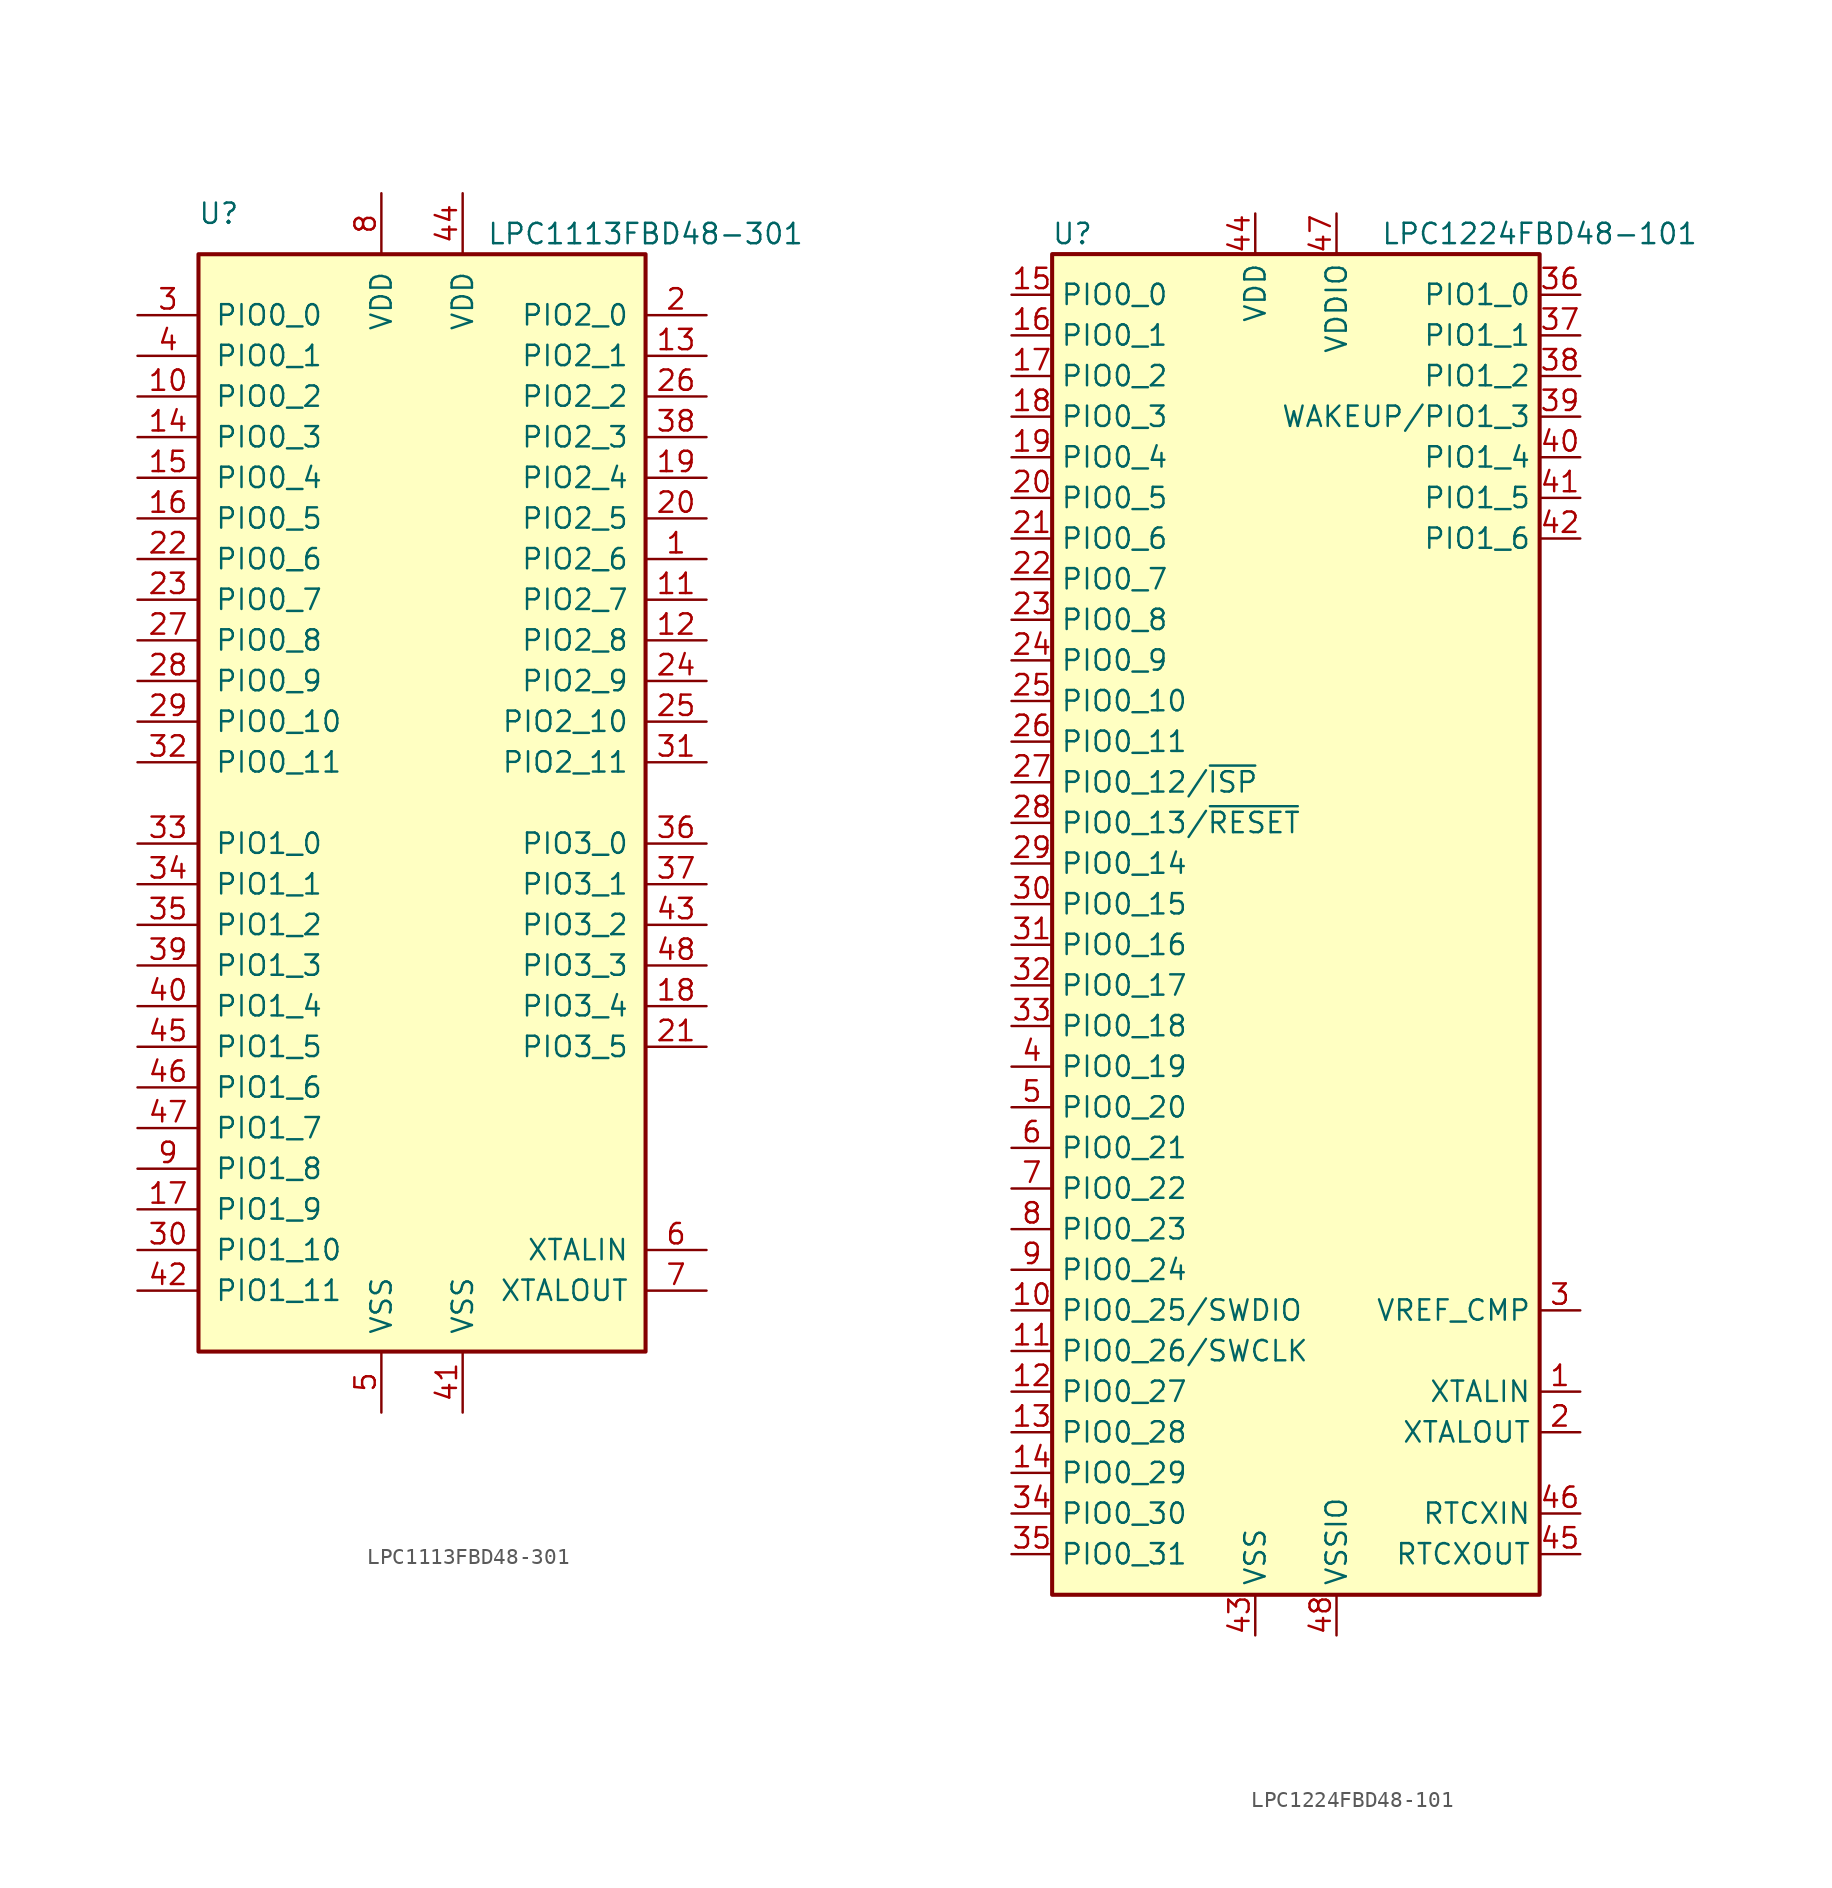
<source format=kicad_sym>
(kicad_symbol_lib
  (version 20201005)
  (generator kicad_symbol_editor)
  (symbol "LPC1113FBD48-301"
    (pin_names
      (offset 1.016))
    (property "Reference" "U"
      (at -12.7 36.83 0)
      (effects (font (size 1.27 1.27))))
    (property "Value" "LPC1113FBD48-301"
      (at 13.97 35.56 0)
      (effects (font (size 1.27 1.27))))
    (symbol "LPC1113FBD48-301_0_1"
      (rectangle (start -13.97 34.29) (end 13.97 -34.29) (stroke (width 0.254)) (fill (type background))))
    (symbol "LPC1113FBD48-301_1_1"
      (pin bidirectional line (at 17.78 15.24 180) (length 3.81) (name "PIO2_6" (effects (font (size 1.27 1.27)))) (number "1" (effects (font (size 1.27 1.27)))))
      (pin bidirectional line (at -17.78 25.4 0) (length 3.81) (name "PIO0_2" (effects (font (size 1.27 1.27)))) (number "10" (effects (font (size 1.27 1.27)))))
      (pin bidirectional line (at 17.78 12.7 180) (length 3.81) (name "PIO2_7" (effects (font (size 1.27 1.27)))) (number "11" (effects (font (size 1.27 1.27)))))
      (pin bidirectional line (at 17.78 10.16 180) (length 3.81) (name "PIO2_8" (effects (font (size 1.27 1.27)))) (number "12" (effects (font (size 1.27 1.27)))))
      (pin bidirectional line (at 17.78 27.94 180) (length 3.81) (name "PIO2_1" (effects (font (size 1.27 1.27)))) (number "13" (effects (font (size 1.27 1.27)))))
      (pin bidirectional line (at -17.78 22.86 0) (length 3.81) (name "PIO0_3" (effects (font (size 1.27 1.27)))) (number "14" (effects (font (size 1.27 1.27)))))
      (pin bidirectional line (at -17.78 20.32 0) (length 3.81) (name "PIO0_4" (effects (font (size 1.27 1.27)))) (number "15" (effects (font (size 1.27 1.27)))))
      (pin bidirectional line (at -17.78 17.78 0) (length 3.81) (name "PIO0_5" (effects (font (size 1.27 1.27)))) (number "16" (effects (font (size 1.27 1.27)))))
      (pin bidirectional line (at -17.78 -25.4 0) (length 3.81) (name "PIO1_9" (effects (font (size 1.27 1.27)))) (number "17" (effects (font (size 1.27 1.27)))))
      (pin bidirectional line (at 17.78 -12.7 180) (length 3.81) (name "PIO3_4" (effects (font (size 1.27 1.27)))) (number "18" (effects (font (size 1.27 1.27)))))
      (pin bidirectional line (at 17.78 20.32 180) (length 3.81) (name "PIO2_4" (effects (font (size 1.27 1.27)))) (number "19" (effects (font (size 1.27 1.27)))))
      (pin bidirectional line (at 17.78 30.48 180) (length 3.81) (name "PIO2_0" (effects (font (size 1.27 1.27)))) (number "2" (effects (font (size 1.27 1.27)))))
      (pin bidirectional line (at 17.78 17.78 180) (length 3.81) (name "PIO2_5" (effects (font (size 1.27 1.27)))) (number "20" (effects (font (size 1.27 1.27)))))
      (pin bidirectional line (at 17.78 -15.24 180) (length 3.81) (name "PIO3_5" (effects (font (size 1.27 1.27)))) (number "21" (effects (font (size 1.27 1.27)))))
      (pin bidirectional line (at -17.78 15.24 0) (length 3.81) (name "PIO0_6" (effects (font (size 1.27 1.27)))) (number "22" (effects (font (size 1.27 1.27)))))
      (pin bidirectional line (at -17.78 12.7 0) (length 3.81) (name "PIO0_7" (effects (font (size 1.27 1.27)))) (number "23" (effects (font (size 1.27 1.27)))))
      (pin bidirectional line (at 17.78 7.62 180) (length 3.81) (name "PIO2_9" (effects (font (size 1.27 1.27)))) (number "24" (effects (font (size 1.27 1.27)))))
      (pin bidirectional line (at 17.78 5.08 180) (length 3.81) (name "PIO2_10" (effects (font (size 1.27 1.27)))) (number "25" (effects (font (size 1.27 1.27)))))
      (pin bidirectional line (at 17.78 25.4 180) (length 3.81) (name "PIO2_2" (effects (font (size 1.27 1.27)))) (number "26" (effects (font (size 1.27 1.27)))))
      (pin bidirectional line (at -17.78 10.16 0) (length 3.81) (name "PIO0_8" (effects (font (size 1.27 1.27)))) (number "27" (effects (font (size 1.27 1.27)))))
      (pin bidirectional line (at -17.78 7.62 0) (length 3.81) (name "PIO0_9" (effects (font (size 1.27 1.27)))) (number "28" (effects (font (size 1.27 1.27)))))
      (pin bidirectional line (at -17.78 5.08 0) (length 3.81) (name "PIO0_10" (effects (font (size 1.27 1.27)))) (number "29" (effects (font (size 1.27 1.27)))))
      (pin bidirectional line (at -17.78 30.48 0) (length 3.81) (name "PIO0_0" (effects (font (size 1.27 1.27)))) (number "3" (effects (font (size 1.27 1.27)))))
      (pin bidirectional line (at -17.78 -27.94 0) (length 3.81) (name "PIO1_10" (effects (font (size 1.27 1.27)))) (number "30" (effects (font (size 1.27 1.27)))))
      (pin bidirectional line (at 17.78 2.54 180) (length 3.81) (name "PIO2_11" (effects (font (size 1.27 1.27)))) (number "31" (effects (font (size 1.27 1.27)))))
      (pin bidirectional line (at -17.78 2.54 0) (length 3.81) (name "PIO0_11" (effects (font (size 1.27 1.27)))) (number "32" (effects (font (size 1.27 1.27)))))
      (pin bidirectional line (at -17.78 -2.54 0) (length 3.81) (name "PIO1_0" (effects (font (size 1.27 1.27)))) (number "33" (effects (font (size 1.27 1.27)))))
      (pin bidirectional line (at -17.78 -5.08 0) (length 3.81) (name "PIO1_1" (effects (font (size 1.27 1.27)))) (number "34" (effects (font (size 1.27 1.27)))))
      (pin bidirectional line (at -17.78 -7.62 0) (length 3.81) (name "PIO1_2" (effects (font (size 1.27 1.27)))) (number "35" (effects (font (size 1.27 1.27)))))
      (pin bidirectional line (at 17.78 -2.54 180) (length 3.81) (name "PIO3_0" (effects (font (size 1.27 1.27)))) (number "36" (effects (font (size 1.27 1.27)))))
      (pin bidirectional line (at 17.78 -5.08 180) (length 3.81) (name "PIO3_1" (effects (font (size 1.27 1.27)))) (number "37" (effects (font (size 1.27 1.27)))))
      (pin bidirectional line (at 17.78 22.86 180) (length 3.81) (name "PIO2_3" (effects (font (size 1.27 1.27)))) (number "38" (effects (font (size 1.27 1.27)))))
      (pin bidirectional line (at -17.78 -10.16 0) (length 3.81) (name "PIO1_3" (effects (font (size 1.27 1.27)))) (number "39" (effects (font (size 1.27 1.27)))))
      (pin bidirectional line (at -17.78 27.94 0) (length 3.81) (name "PIO0_1" (effects (font (size 1.27 1.27)))) (number "4" (effects (font (size 1.27 1.27)))))
      (pin bidirectional line (at -17.78 -12.7 0) (length 3.81) (name "PIO1_4" (effects (font (size 1.27 1.27)))) (number "40" (effects (font (size 1.27 1.27)))))
      (pin power_in line (at 2.54 -38.1 90) (length 3.81) (name "VSS" (effects (font (size 1.27 1.27)))) (number "41" (effects (font (size 1.27 1.27)))))
      (pin bidirectional line (at -17.78 -30.48 0) (length 3.81) (name "PIO1_11" (effects (font (size 1.27 1.27)))) (number "42" (effects (font (size 1.27 1.27)))))
      (pin bidirectional line (at 17.78 -7.62 180) (length 3.81) (name "PIO3_2" (effects (font (size 1.27 1.27)))) (number "43" (effects (font (size 1.27 1.27)))))
      (pin power_in line (at 2.54 38.1 270) (length 3.81) (name "VDD" (effects (font (size 1.27 1.27)))) (number "44" (effects (font (size 1.27 1.27)))))
      (pin bidirectional line (at -17.78 -15.24 0) (length 3.81) (name "PIO1_5" (effects (font (size 1.27 1.27)))) (number "45" (effects (font (size 1.27 1.27)))))
      (pin bidirectional line (at -17.78 -17.78 0) (length 3.81) (name "PIO1_6" (effects (font (size 1.27 1.27)))) (number "46" (effects (font (size 1.27 1.27)))))
      (pin bidirectional line (at -17.78 -20.32 0) (length 3.81) (name "PIO1_7" (effects (font (size 1.27 1.27)))) (number "47" (effects (font (size 1.27 1.27)))))
      (pin bidirectional line (at 17.78 -10.16 180) (length 3.81) (name "PIO3_3" (effects (font (size 1.27 1.27)))) (number "48" (effects (font (size 1.27 1.27)))))
      (pin power_in line (at -2.54 -38.1 90) (length 3.81) (name "VSS" (effects (font (size 1.27 1.27)))) (number "5" (effects (font (size 1.27 1.27)))))
      (pin input line (at 17.78 -27.94 180) (length 3.81) (name "XTALIN" (effects (font (size 1.27 1.27)))) (number "6" (effects (font (size 1.27 1.27)))))
      (pin output line (at 17.78 -30.48 180) (length 3.81) (name "XTALOUT" (effects (font (size 1.27 1.27)))) (number "7" (effects (font (size 1.27 1.27)))))
      (pin power_in line (at -2.54 38.1 270) (length 3.81) (name "VDD" (effects (font (size 1.27 1.27)))) (number "8" (effects (font (size 1.27 1.27)))))
      (pin bidirectional line (at -17.78 -22.86 0) (length 3.81) (name "PIO1_8" (effects (font (size 1.27 1.27)))) (number "9" (effects (font (size 1.27 1.27)))))))
  (symbol "LPC1224FBD48-101"
    (property "Reference" "U"
      (at -13.97 44.45 0)
      (effects (font (size 1.27 1.27))))
    (property "Value" "LPC1224FBD48-101"
      (at 15.24 44.45 0)
      (effects (font (size 1.27 1.27))))
    (symbol "LPC1224FBD48-101_0_1"
      (rectangle (start -15.24 43.18) (end 15.24 -40.64) (stroke (width 0.254)) (fill (type background))))
    (symbol "LPC1224FBD48-101_1_1"
      (pin input line (at 17.78 -27.94 180) (length 2.54) (name "XTALIN" (effects (font (size 1.27 1.27)))) (number "1" (effects (font (size 1.27 1.27)))))
      (pin bidirectional line (at -17.78 -22.86 0) (length 2.54) (name "PIO0_25/SWDIO" (effects (font (size 1.27 1.27)))) (number "10" (effects (font (size 1.27 1.27)))))
      (pin bidirectional line (at -17.78 -25.4 0) (length 2.54) (name "PIO0_26/SWCLK" (effects (font (size 1.27 1.27)))) (number "11" (effects (font (size 1.27 1.27)))))
      (pin bidirectional line (at -17.78 -27.94 0) (length 2.54) (name "PIO0_27" (effects (font (size 1.27 1.27)))) (number "12" (effects (font (size 1.27 1.27)))))
      (pin bidirectional line (at -17.78 -30.48 0) (length 2.54) (name "PIO0_28" (effects (font (size 1.27 1.27)))) (number "13" (effects (font (size 1.27 1.27)))))
      (pin bidirectional line (at -17.78 -33.02 0) (length 2.54) (name "PIO0_29" (effects (font (size 1.27 1.27)))) (number "14" (effects (font (size 1.27 1.27)))))
      (pin bidirectional line (at -17.78 40.64 0) (length 2.54) (name "PIO0_0" (effects (font (size 1.27 1.27)))) (number "15" (effects (font (size 1.27 1.27)))))
      (pin bidirectional line (at -17.78 38.1 0) (length 2.54) (name "PIO0_1" (effects (font (size 1.27 1.27)))) (number "16" (effects (font (size 1.27 1.27)))))
      (pin bidirectional line (at -17.78 35.56 0) (length 2.54) (name "PIO0_2" (effects (font (size 1.27 1.27)))) (number "17" (effects (font (size 1.27 1.27)))))
      (pin bidirectional line (at -17.78 33.02 0) (length 2.54) (name "PIO0_3" (effects (font (size 1.27 1.27)))) (number "18" (effects (font (size 1.27 1.27)))))
      (pin bidirectional line (at -17.78 30.48 0) (length 2.54) (name "PIO0_4" (effects (font (size 1.27 1.27)))) (number "19" (effects (font (size 1.27 1.27)))))
      (pin output line (at 17.78 -30.48 180) (length 2.54) (name "XTALOUT" (effects (font (size 1.27 1.27)))) (number "2" (effects (font (size 1.27 1.27)))))
      (pin bidirectional line (at -17.78 27.94 0) (length 2.54) (name "PIO0_5" (effects (font (size 1.27 1.27)))) (number "20" (effects (font (size 1.27 1.27)))))
      (pin bidirectional line (at -17.78 25.4 0) (length 2.54) (name "PIO0_6" (effects (font (size 1.27 1.27)))) (number "21" (effects (font (size 1.27 1.27)))))
      (pin bidirectional line (at -17.78 22.86 0) (length 2.54) (name "PIO0_7" (effects (font (size 1.27 1.27)))) (number "22" (effects (font (size 1.27 1.27)))))
      (pin bidirectional line (at -17.78 20.32 0) (length 2.54) (name "PIO0_8" (effects (font (size 1.27 1.27)))) (number "23" (effects (font (size 1.27 1.27)))))
      (pin bidirectional line (at -17.78 17.78 0) (length 2.54) (name "PIO0_9" (effects (font (size 1.27 1.27)))) (number "24" (effects (font (size 1.27 1.27)))))
      (pin bidirectional line (at -17.78 15.24 0) (length 2.54) (name "PIO0_10" (effects (font (size 1.27 1.27)))) (number "25" (effects (font (size 1.27 1.27)))))
      (pin bidirectional line (at -17.78 12.7 0) (length 2.54) (name "PIO0_11" (effects (font (size 1.27 1.27)))) (number "26" (effects (font (size 1.27 1.27)))))
      (pin bidirectional line (at -17.78 10.16 0) (length 2.54) (name "PIO0_12/~ISP" (effects (font (size 1.27 1.27)))) (number "27" (effects (font (size 1.27 1.27)))))
      (pin bidirectional line (at -17.78 7.62 0) (length 2.54) (name "PIO0_13/~RESET" (effects (font (size 1.27 1.27)))) (number "28" (effects (font (size 1.27 1.27)))))
      (pin bidirectional line (at -17.78 5.08 0) (length 2.54) (name "PIO0_14" (effects (font (size 1.27 1.27)))) (number "29" (effects (font (size 1.27 1.27)))))
      (pin input line (at 17.78 -22.86 180) (length 2.54) (name "VREF_CMP" (effects (font (size 1.27 1.27)))) (number "3" (effects (font (size 1.27 1.27)))))
      (pin bidirectional line (at -17.78 2.54 0) (length 2.54) (name "PIO0_15" (effects (font (size 1.27 1.27)))) (number "30" (effects (font (size 1.27 1.27)))))
      (pin bidirectional line (at -17.78 0 0) (length 2.54) (name "PIO0_16" (effects (font (size 1.27 1.27)))) (number "31" (effects (font (size 1.27 1.27)))))
      (pin bidirectional line (at -17.78 -2.54 0) (length 2.54) (name "PIO0_17" (effects (font (size 1.27 1.27)))) (number "32" (effects (font (size 1.27 1.27)))))
      (pin bidirectional line (at -17.78 -5.08 0) (length 2.54) (name "PIO0_18" (effects (font (size 1.27 1.27)))) (number "33" (effects (font (size 1.27 1.27)))))
      (pin bidirectional line (at -17.78 -35.56 0) (length 2.54) (name "PIO0_30" (effects (font (size 1.27 1.27)))) (number "34" (effects (font (size 1.27 1.27)))))
      (pin bidirectional line (at -17.78 -38.1 0) (length 2.54) (name "PIO0_31" (effects (font (size 1.27 1.27)))) (number "35" (effects (font (size 1.27 1.27)))))
      (pin bidirectional line (at 17.78 40.64 180) (length 2.54) (name "PIO1_0" (effects (font (size 1.27 1.27)))) (number "36" (effects (font (size 1.27 1.27)))))
      (pin bidirectional line (at 17.78 38.1 180) (length 2.54) (name "PIO1_1" (effects (font (size 1.27 1.27)))) (number "37" (effects (font (size 1.27 1.27)))))
      (pin bidirectional line (at 17.78 35.56 180) (length 2.54) (name "PIO1_2" (effects (font (size 1.27 1.27)))) (number "38" (effects (font (size 1.27 1.27)))))
      (pin bidirectional line (at 17.78 33.02 180) (length 2.54) (name "WAKEUP/PIO1_3" (effects (font (size 1.27 1.27)))) (number "39" (effects (font (size 1.27 1.27)))))
      (pin bidirectional line (at -17.78 -7.62 0) (length 2.54) (name "PIO0_19" (effects (font (size 1.27 1.27)))) (number "4" (effects (font (size 1.27 1.27)))))
      (pin bidirectional line (at 17.78 30.48 180) (length 2.54) (name "PIO1_4" (effects (font (size 1.27 1.27)))) (number "40" (effects (font (size 1.27 1.27)))))
      (pin bidirectional line (at 17.78 27.94 180) (length 2.54) (name "PIO1_5" (effects (font (size 1.27 1.27)))) (number "41" (effects (font (size 1.27 1.27)))))
      (pin bidirectional line (at 17.78 25.4 180) (length 2.54) (name "PIO1_6" (effects (font (size 1.27 1.27)))) (number "42" (effects (font (size 1.27 1.27)))))
      (pin power_in line (at -2.54 -43.18 90) (length 2.54) (name "VSS" (effects (font (size 1.27 1.27)))) (number "43" (effects (font (size 1.27 1.27)))))
      (pin power_in line (at -2.54 45.72 270) (length 2.54) (name "VDD" (effects (font (size 1.27 1.27)))) (number "44" (effects (font (size 1.27 1.27)))))
      (pin output line (at 17.78 -38.1 180) (length 2.54) (name "RTCXOUT" (effects (font (size 1.27 1.27)))) (number "45" (effects (font (size 1.27 1.27)))))
      (pin input line (at 17.78 -35.56 180) (length 2.54) (name "RTCXIN" (effects (font (size 1.27 1.27)))) (number "46" (effects (font (size 1.27 1.27)))))
      (pin power_in line (at 2.54 45.72 270) (length 2.54) (name "VDDIO" (effects (font (size 1.27 1.27)))) (number "47" (effects (font (size 1.27 1.27)))))
      (pin power_in line (at 2.54 -43.18 90) (length 2.54) (name "VSSIO" (effects (font (size 1.27 1.27)))) (number "48" (effects (font (size 1.27 1.27)))))
      (pin bidirectional line (at -17.78 -10.16 0) (length 2.54) (name "PIO0_20" (effects (font (size 1.27 1.27)))) (number "5" (effects (font (size 1.27 1.27)))))
      (pin bidirectional line (at -17.78 -12.7 0) (length 2.54) (name "PIO0_21" (effects (font (size 1.27 1.27)))) (number "6" (effects (font (size 1.27 1.27)))))
      (pin bidirectional line (at -17.78 -15.24 0) (length 2.54) (name "PIO0_22" (effects (font (size 1.27 1.27)))) (number "7" (effects (font (size 1.27 1.27)))))
      (pin bidirectional line (at -17.78 -17.78 0) (length 2.54) (name "PIO0_23" (effects (font (size 1.27 1.27)))) (number "8" (effects (font (size 1.27 1.27)))))
      (pin bidirectional line (at -17.78 -20.32 0) (length 2.54) (name "PIO0_24" (effects (font (size 1.27 1.27)))) (number "9" (effects (font (size 1.27 1.27))))))))
</source>
